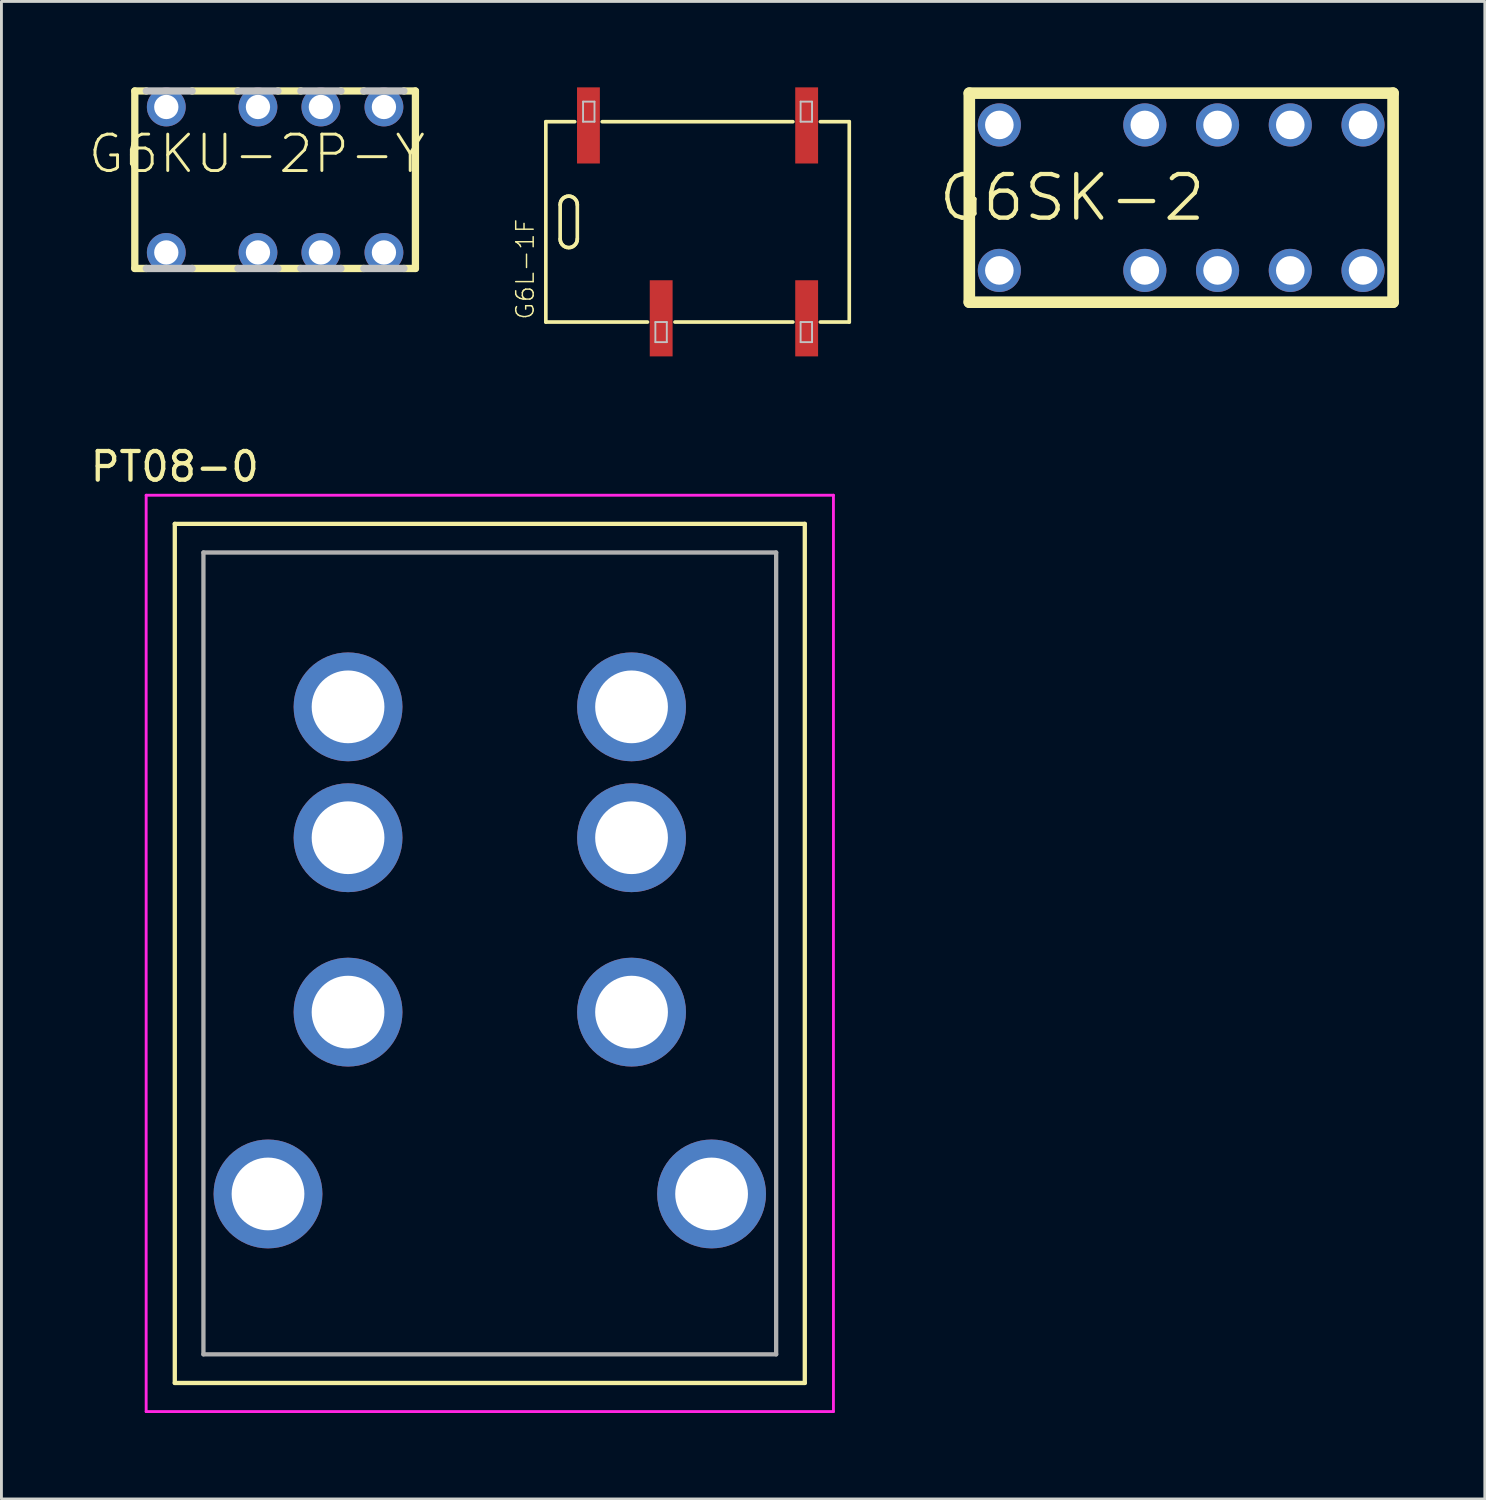
<source format=kicad_pcb>
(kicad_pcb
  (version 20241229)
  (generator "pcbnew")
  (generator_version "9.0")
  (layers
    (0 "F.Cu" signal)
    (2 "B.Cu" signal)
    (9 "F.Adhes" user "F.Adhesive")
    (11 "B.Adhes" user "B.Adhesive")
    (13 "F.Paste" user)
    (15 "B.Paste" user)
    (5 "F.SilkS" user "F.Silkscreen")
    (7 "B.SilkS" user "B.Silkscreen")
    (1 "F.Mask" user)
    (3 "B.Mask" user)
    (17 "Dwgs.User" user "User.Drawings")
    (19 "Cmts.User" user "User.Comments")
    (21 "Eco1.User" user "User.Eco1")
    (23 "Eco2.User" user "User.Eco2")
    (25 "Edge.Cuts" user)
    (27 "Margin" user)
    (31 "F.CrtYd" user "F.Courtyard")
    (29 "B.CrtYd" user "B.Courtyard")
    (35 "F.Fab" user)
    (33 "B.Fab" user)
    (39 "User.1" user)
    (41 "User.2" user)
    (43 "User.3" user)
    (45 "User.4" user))
  (footprint "G6L-1F"
    (layer "F.Cu")
    (at 21.309 4.698)
    (property "Reference" "G6L-1F" (at -6.02 1.651 90) (layer "F.SilkS") (effects (font (size 0.61 0.61) (thickness 0.051))))
    (attr smd)
    (fp_line (start -5.298 -3.498) (end -5.298 3.498) (stroke (width 0.127) (type solid)) (layer "F.SilkS"))
    (fp_line (start -5.298 -3.498) (end -4.288 -3.498) (stroke (width 0.127) (type solid)) (layer "F.SilkS"))
    (fp_line (start -5.298 3.498) (end -1.748 3.498) (stroke (width 0.127) (type solid)) (layer "F.SilkS"))
    (fp_line (start -4.798 -0.599) (end -4.79 -0.665) (stroke (width 0.127) (type solid)) (layer "F.SilkS"))
    (fp_line (start -4.798 0.599) (end -4.798 -0.599) (stroke (width 0.127) (type solid)) (layer "F.SilkS"))
    (fp_line (start -4.79 -0.665) (end -4.77 -0.729) (stroke (width 0.127) (type solid)) (layer "F.SilkS"))
    (fp_line (start -4.79 0.665) (end -4.798 0.599) (stroke (width 0.127) (type solid)) (layer "F.SilkS"))
    (fp_line (start -4.77 -0.729) (end -4.732 -0.785) (stroke (width 0.127) (type solid)) (layer "F.SilkS"))
    (fp_line (start -4.77 0.729) (end -4.79 0.665) (stroke (width 0.127) (type solid)) (layer "F.SilkS"))
    (fp_line (start -4.732 -0.785) (end -4.686 -0.833) (stroke (width 0.127) (type solid)) (layer "F.SilkS"))
    (fp_line (start -4.732 0.785) (end -4.77 0.729) (stroke (width 0.127) (type solid)) (layer "F.SilkS"))
    (fp_line (start -4.686 -0.833) (end -4.628 -0.869) (stroke (width 0.127) (type solid)) (layer "F.SilkS"))
    (fp_line (start -4.686 0.833) (end -4.732 0.785) (stroke (width 0.127) (type solid)) (layer "F.SilkS"))
    (fp_line (start -4.628 -0.869) (end -4.564 -0.892) (stroke (width 0.127) (type solid)) (layer "F.SilkS"))
    (fp_line (start -4.628 0.869) (end -4.686 0.833) (stroke (width 0.127) (type solid)) (layer "F.SilkS"))
    (fp_line (start -4.564 -0.892) (end -4.498 -0.899) (stroke (width 0.127) (type solid)) (layer "F.SilkS"))
    (fp_line (start -4.564 0.892) (end -4.628 0.869) (stroke (width 0.127) (type solid)) (layer "F.SilkS"))
    (fp_line (start -4.498 -0.899) (end -4.432 -0.892) (stroke (width 0.127) (type solid)) (layer "F.SilkS"))
    (fp_line (start -4.498 0.899) (end -4.564 0.892) (stroke (width 0.127) (type solid)) (layer "F.SilkS"))
    (fp_line (start -4.432 -0.892) (end -4.369 -0.869) (stroke (width 0.127) (type solid)) (layer "F.SilkS"))
    (fp_line (start -4.432 0.892) (end -4.498 0.899) (stroke (width 0.127) (type solid)) (layer "F.SilkS"))
    (fp_line (start -4.369 -0.869) (end -4.313 -0.833) (stroke (width 0.127) (type solid)) (layer "F.SilkS"))
    (fp_line (start -4.369 0.869) (end -4.432 0.892) (stroke (width 0.127) (type solid)) (layer "F.SilkS"))
    (fp_line (start -4.313 -0.833) (end -4.265 -0.785) (stroke (width 0.127) (type solid)) (layer "F.SilkS"))
    (fp_line (start -4.313 0.833) (end -4.369 0.869) (stroke (width 0.127) (type solid)) (layer "F.SilkS"))
    (fp_line (start -4.265 -0.785) (end -4.229 -0.729) (stroke (width 0.127) (type solid)) (layer "F.SilkS"))
    (fp_line (start -4.265 0.785) (end -4.313 0.833) (stroke (width 0.127) (type solid)) (layer "F.SilkS"))
    (fp_line (start -4.229 -0.729) (end -4.206 -0.665) (stroke (width 0.127) (type solid)) (layer "F.SilkS"))
    (fp_line (start -4.229 0.729) (end -4.265 0.785) (stroke (width 0.127) (type solid)) (layer "F.SilkS"))
    (fp_line (start -4.206 -0.665) (end -4.199 -0.599) (stroke (width 0.127) (type solid)) (layer "F.SilkS"))
    (fp_line (start -4.206 0.665) (end -4.229 0.729) (stroke (width 0.127) (type solid)) (layer "F.SilkS"))
    (fp_line (start -4.199 -0.599) (end -4.199 0.599) (stroke (width 0.127) (type solid)) (layer "F.SilkS"))
    (fp_line (start -4.199 0.599) (end -4.206 0.665) (stroke (width 0.127) (type solid)) (layer "F.SilkS"))
    (fp_line (start -3.33 -3.498) (end 3.33 -3.498) (stroke (width 0.127) (type solid)) (layer "F.SilkS"))
    (fp_line (start -0.79 3.498) (end 3.33 3.498) (stroke (width 0.127) (type solid)) (layer "F.SilkS"))
    (fp_line (start 4.288 -3.498) (end 5.298 -3.498) (stroke (width 0.127) (type solid)) (layer "F.SilkS"))
    (fp_line (start 4.288 3.498) (end 5.298 3.498) (stroke (width 0.127) (type solid)) (layer "F.SilkS"))
    (fp_line (start 5.298 3.498) (end 5.298 -3.498) (stroke (width 0.127) (type solid)) (layer "F.SilkS"))
    (fp_line (start -3.998 -4.199) (end -3.599 -4.199) (stroke (width 0.066) (type solid)) (layer "Dwgs.User"))
    (fp_line (start -3.998 -3.498) (end -3.998 -4.199) (stroke (width 0.066) (type solid)) (layer "Dwgs.User"))
    (fp_line (start -3.998 -3.498) (end -3.599 -3.498) (stroke (width 0.066) (type solid)) (layer "Dwgs.User"))
    (fp_line (start -3.599 -3.498) (end -3.599 -4.199) (stroke (width 0.066) (type solid)) (layer "Dwgs.User"))
    (fp_line (start -1.473 3.498) (end -1.074 3.498) (stroke (width 0.066) (type solid)) (layer "Dwgs.User"))
    (fp_line (start -1.473 4.199) (end -1.473 3.498) (stroke (width 0.066) (type solid)) (layer "Dwgs.User"))
    (fp_line (start -1.473 4.199) (end -1.074 4.199) (stroke (width 0.066) (type solid)) (layer "Dwgs.User"))
    (fp_line (start -1.074 4.199) (end -1.074 3.498) (stroke (width 0.066) (type solid)) (layer "Dwgs.User"))
    (fp_line (start 3.599 -4.199) (end 3.998 -4.199) (stroke (width 0.066) (type solid)) (layer "Dwgs.User"))
    (fp_line (start 3.599 -3.498) (end 3.599 -4.199) (stroke (width 0.066) (type solid)) (layer "Dwgs.User"))
    (fp_line (start 3.599 -3.498) (end 3.998 -3.498) (stroke (width 0.066) (type solid)) (layer "Dwgs.User"))
    (fp_line (start 3.599 3.498) (end 3.998 3.498) (stroke (width 0.066) (type solid)) (layer "Dwgs.User"))
    (fp_line (start 3.599 4.199) (end 3.599 3.498) (stroke (width 0.066) (type solid)) (layer "Dwgs.User"))
    (fp_line (start 3.599 4.199) (end 3.998 4.199) (stroke (width 0.066) (type solid)) (layer "Dwgs.User"))
    (fp_line (start 3.998 -3.498) (end 3.998 -4.199) (stroke (width 0.066) (type solid)) (layer "Dwgs.User"))
    (fp_line (start 3.998 4.199) (end 3.998 3.498) (stroke (width 0.066) (type solid)) (layer "Dwgs.User"))
    (pad "2" smd rect (at -1.27 3.368 90) (size 2.659 0.798) (layers "F.Cu" "F.Mask" "F.Paste"))
    (pad "4" smd rect (at 3.81 3.368 90) (size 2.659 0.798) (layers "F.Cu" "F.Mask" "F.Paste"))
    (pad "5" smd rect (at 3.81 -3.368 90) (size 2.659 0.798) (layers "F.Cu" "F.Mask" "F.Paste"))
    (pad "8" smd rect (at -3.81 -3.368 90) (size 2.659 0.798) (layers "F.Cu" "F.Mask" "F.Paste")))
  (footprint "G6SK-2"
    (layer "F.Cu")
    (at 34.388 3.853)
    (property "Reference" "G6SK-2" (at 0 0 0) (layer "F.SilkS") (effects (font (size 1.524 1.524) (thickness 0.15))))
    (attr exclude_from_pos_files exclude_from_bom)
    (fp_line (start -3.589 -3.65) (end -3.589 3.65) (stroke (width 0.406) (type solid)) (layer "F.SilkS"))
    (fp_line (start -3.589 3.65) (end 11.209 3.65) (stroke (width 0.406) (type solid)) (layer "F.SilkS"))
    (fp_line (start 11.209 -3.65) (end -3.589 -3.65) (stroke (width 0.406) (type solid)) (layer "F.SilkS"))
    (fp_line (start 11.209 3.65) (end 11.209 -3.65) (stroke (width 0.406) (type solid)) (layer "F.SilkS"))
    (pad "P$1" thru_hole circle (at -2.54 2.54) (size 1.506 1.506) (drill 0.998) (layers "*.Cu" "*.Paste" "*.Mask"))
    (pad "P$2" thru_hole circle (at -2.54 -2.54) (size 1.506 1.506) (drill 0.998) (layers "*.Cu" "*.Paste" "*.Mask"))
    (pad "P$3" thru_hole circle (at 2.54 -2.54) (size 1.506 1.506) (drill 0.998) (layers "*.Cu" "*.Paste" "*.Mask"))
    (pad "P$4" thru_hole circle (at 5.08 -2.54) (size 1.506 1.506) (drill 0.998) (layers "*.Cu" "*.Paste" "*.Mask"))
    (pad "P$5" thru_hole circle (at 7.62 -2.54) (size 1.506 1.506) (drill 0.998) (layers "*.Cu" "*.Paste" "*.Mask"))
    (pad "P$6" thru_hole circle (at 10.16 -2.54) (size 1.506 1.506) (drill 0.998) (layers "*.Cu" "*.Paste" "*.Mask"))
    (pad "P$7" thru_hole circle (at 2.54 2.54) (size 1.506 1.506) (drill 0.998) (layers "*.Cu" "*.Paste" "*.Mask"))
    (pad "P$8" thru_hole circle (at 5.08 2.54) (size 1.506 1.506) (drill 0.998) (layers "*.Cu" "*.Paste" "*.Mask"))
    (pad "P$9" thru_hole circle (at 7.62 2.54) (size 1.506 1.506) (drill 0.998) (layers "*.Cu" "*.Paste" "*.Mask"))
    (pad "P$10" thru_hole circle (at 10.16 2.54) (size 1.506 1.506) (drill 0.998) (layers "*.Cu" "*.Paste" "*.Mask")))
  (footprint "PT08-0"
    (layer "F.Cu")
    (at 14.054 30.244)
    (property "Reference" "PT08-0" (at -11 -17 0) (layer "F.SilkS") (effects (font (size 1 1) (thickness 0.15))))
    (attr through_hole)
    (fp_line (start -11 -15) (end 11 -15) (stroke (width 0.15) (type solid)) (layer "F.SilkS"))
    (fp_line (start -11 15) (end -11 -15) (stroke (width 0.15) (type solid)) (layer "F.SilkS"))
    (fp_line (start 11 -15) (end 11 15) (stroke (width 0.15) (type solid)) (layer "F.SilkS"))
    (fp_line (start 11 15) (end -11 15) (stroke (width 0.15) (type solid)) (layer "F.SilkS"))
    (fp_line (start -12 -16) (end -12 16) (stroke (width 0.1) (type solid)) (layer "F.CrtYd"))
    (fp_line (start -12 16) (end 12 16) (stroke (width 0.1) (type solid)) (layer "F.CrtYd"))
    (fp_line (start 12 -16) (end -12 -16) (stroke (width 0.1) (type solid)) (layer "F.CrtYd"))
    (fp_line (start 12 16) (end 12 -16) (stroke (width 0.1) (type solid)) (layer "F.CrtYd"))
    (fp_line (start -10 -14) (end -10 14) (stroke (width 0.15) (type solid)) (layer "F.Fab"))
    (fp_line (start 10 -14) (end -10 -14) (stroke (width 0.15) (type solid)) (layer "F.Fab"))
    (fp_line (start 10 -14) (end 10 14) (stroke (width 0.15) (type solid)) (layer "F.Fab"))
    (fp_line (start 10 14) (end -10 14) (stroke (width 0.15) (type solid)) (layer "F.Fab"))
    (pad "1" thru_hole circle (at -4.95 -8.61) (size 3.8 3.8) (drill 2.54) (layers "*.Cu" "*.Mask"))
    (pad "2" thru_hole circle (at 4.95 -8.61) (size 3.8 3.8) (drill 2.54) (layers "*.Cu" "*.Mask"))
    (pad "3" thru_hole circle (at -4.95 -4.04) (size 3.8 3.8) (drill 2.54) (layers "*.Cu" "*.Mask"))
    (pad "4" thru_hole circle (at 4.95 -4.04) (size 3.8 3.8) (drill 2.54) (layers "*.Cu" "*.Mask"))
    (pad "5" thru_hole circle (at -4.95 2.05) (size 3.8 3.8) (drill 2.54) (layers "*.Cu" "*.Mask"))
    (pad "6" thru_hole circle (at 4.95 2.05) (size 3.8 3.8) (drill 2.54) (layers "*.Cu" "*.Mask"))
    (pad "7" thru_hole circle (at -7.745 8.4) (size 3.8 3.8) (drill 2.54) (layers "*.Cu" "*.Mask"))
    (pad "8" thru_hole circle (at 7.745 8.4) (size 3.8 3.8) (drill 2.54) (layers "*.Cu" "*.Mask")))
  (footprint "G6KU-2P-Y"
    (layer "F.Cu")
    (at 6.557 3.226)
    (property "Reference" "G6KU-2P-Y" (at -0.635 -0.904 0) (layer "F.SilkS") (effects (font (size 1.27 1.27) (thickness 0.102))))
    (attr exclude_from_pos_files exclude_from_bom)
    (fp_line (start -4.9 3.099) (end -4.9 -3.099) (stroke (width 0.254) (type solid)) (layer "F.SilkS"))
    (fp_line (start -4.498 -3.099) (end -4.9 -3.099) (stroke (width 0.254) (type solid)) (layer "F.SilkS"))
    (fp_line (start -4.498 3.099) (end -4.9 3.099) (stroke (width 0.254) (type solid)) (layer "F.SilkS"))
    (fp_line (start -2.898 -3.099) (end -1.298 -3.099) (stroke (width 0.254) (type solid)) (layer "F.SilkS"))
    (fp_line (start -1.298 3.099) (end -2.898 3.099) (stroke (width 0.254) (type solid)) (layer "F.SilkS"))
    (fp_line (start 0.899 -3.099) (end 0.099 -3.099) (stroke (width 0.254) (type solid)) (layer "F.SilkS"))
    (fp_line (start 0.899 3.099) (end 0.099 3.099) (stroke (width 0.254) (type solid)) (layer "F.SilkS"))
    (fp_line (start 3.099 -3.099) (end 2.299 -3.099) (stroke (width 0.254) (type solid)) (layer "F.SilkS"))
    (fp_line (start 3.099 3.099) (end 2.299 3.099) (stroke (width 0.254) (type solid)) (layer "F.SilkS"))
    (fp_line (start 4.9 -3.099) (end 4.498 -3.099) (stroke (width 0.254) (type solid)) (layer "F.SilkS"))
    (fp_line (start 4.9 -3.099) (end 4.9 3.099) (stroke (width 0.254) (type solid)) (layer "F.SilkS"))
    (fp_line (start 4.9 3.099) (end 4.498 3.099) (stroke (width 0.254) (type solid)) (layer "F.SilkS"))
    (fp_line (start -4.498 -3.099) (end -2.898 -3.099) (stroke (width 0.254) (type solid)) (layer "Dwgs.User"))
    (fp_line (start -2.898 3.099) (end -4.498 3.099) (stroke (width 0.254) (type solid)) (layer "Dwgs.User"))
    (fp_line (start -1.298 -3.099) (end 0.099 -3.099) (stroke (width 0.254) (type solid)) (layer "Dwgs.User"))
    (fp_line (start 0.099 3.099) (end -1.298 3.099) (stroke (width 0.254) (type solid)) (layer "Dwgs.User"))
    (fp_line (start 0.899 -3.099) (end 2.299 -3.099) (stroke (width 0.254) (type solid)) (layer "Dwgs.User"))
    (fp_line (start 2.299 3.099) (end 0.899 3.099) (stroke (width 0.254) (type solid)) (layer "Dwgs.User"))
    (fp_line (start 3.099 -3.099) (end 4.498 -3.099) (stroke (width 0.254) (type solid)) (layer "Dwgs.User"))
    (fp_line (start 4.498 3.099) (end 3.099 3.099) (stroke (width 0.254) (type solid)) (layer "Dwgs.User"))
    (pad "1" thru_hole circle (at -3.8 2.54) (size 1.356 1.356) (drill 0.848) (layers "*.Cu" "*.Paste" "*.Mask"))
    (pad "2" thru_hole circle (at -0.599 2.54) (size 1.356 1.356) (drill 0.848) (layers "*.Cu" "*.Paste" "*.Mask"))
    (pad "3" thru_hole circle (at 1.598 2.54) (size 1.356 1.356) (drill 0.848) (layers "*.Cu" "*.Paste" "*.Mask"))
    (pad "4" thru_hole circle (at 3.8 2.54) (size 1.356 1.356) (drill 0.848) (layers "*.Cu" "*.Paste" "*.Mask"))
    (pad "5" thru_hole circle (at 3.8 -2.54) (size 1.356 1.356) (drill 0.848) (layers "*.Cu" "*.Paste" "*.Mask"))
    (pad "6" thru_hole circle (at 1.598 -2.54) (size 1.356 1.356) (drill 0.848) (layers "*.Cu" "*.Paste" "*.Mask"))
    (pad "7" thru_hole circle (at -0.599 -2.54) (size 1.356 1.356) (drill 0.848) (layers "*.Cu" "*.Paste" "*.Mask"))
    (pad "8" thru_hole circle (at -3.8 -2.54) (size 1.356 1.356) (drill 0.848) (layers "*.Cu" "*.Paste" "*.Mask")))
  (gr_rect
    (start -3 -3)
    (end 48.801 49.294)
    (stroke (width 0.1) (type default))
    (fill no)
    (layer "Edge.Cuts")))
</source>
